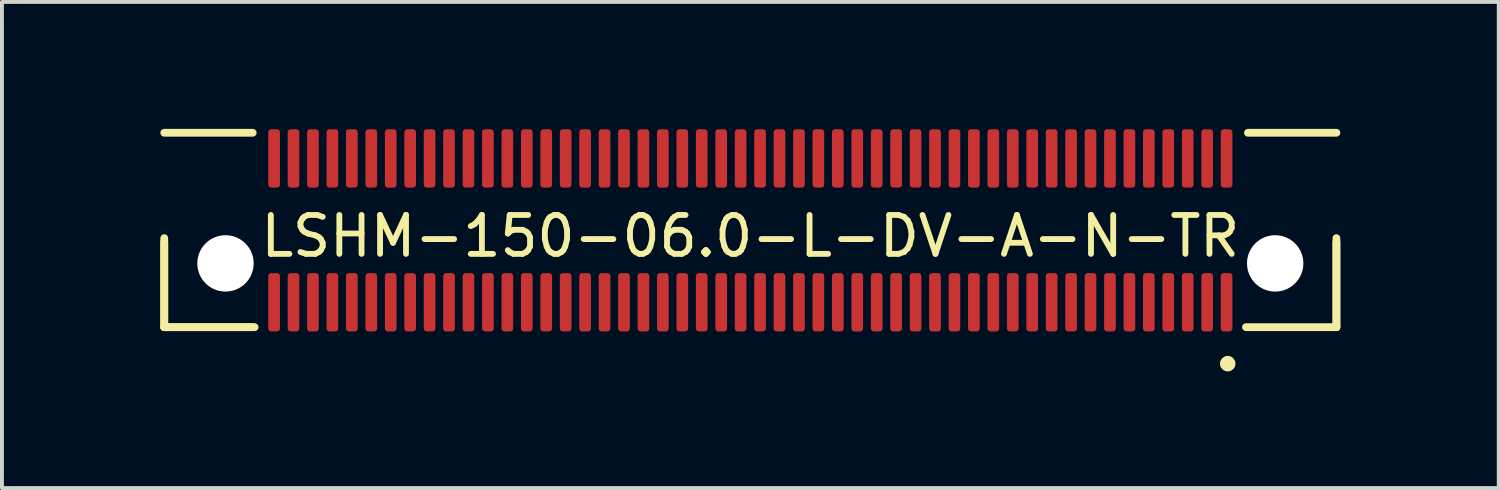
<source format=kicad_pcb>
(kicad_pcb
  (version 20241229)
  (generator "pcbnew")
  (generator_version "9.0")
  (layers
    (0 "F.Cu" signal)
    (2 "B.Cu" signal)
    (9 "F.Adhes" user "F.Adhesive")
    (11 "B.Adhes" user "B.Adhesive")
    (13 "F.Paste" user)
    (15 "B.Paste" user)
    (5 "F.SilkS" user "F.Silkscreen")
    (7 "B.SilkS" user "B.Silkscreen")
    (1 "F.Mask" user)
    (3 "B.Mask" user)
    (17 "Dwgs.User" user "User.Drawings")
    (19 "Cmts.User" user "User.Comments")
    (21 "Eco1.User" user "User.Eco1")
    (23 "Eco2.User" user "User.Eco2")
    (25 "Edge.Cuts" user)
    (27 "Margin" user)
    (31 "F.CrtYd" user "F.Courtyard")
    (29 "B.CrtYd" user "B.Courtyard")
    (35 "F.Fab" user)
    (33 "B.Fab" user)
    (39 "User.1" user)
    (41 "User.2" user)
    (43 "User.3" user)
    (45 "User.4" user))
  (footprint "LSHM-150-06.0-L-DV-A-N-TR"
    (layer "F.Cu")
    (at 16.25 3.025)
    (property "Reference" "LSHM-150-06.0-L-DV-A-N-TR" (at 0 0 0) (unlocked yes) (layer "F.SilkS") (effects (font (size 1 1) (thickness 0.15))))
    (attr smd)
    (fp_line (start -15.075 0.15) (end -15.075 2.34) (stroke (width 0.2) (type solid)) (layer "F.SilkS"))
    (fp_line (start -15.075 2.34) (end -15.075 0.05) (stroke (width 0.2) (type solid)) (layer "F.SilkS"))
    (fp_line (start -15.075 2.34) (end -12.8 2.34) (stroke (width 0.2) (type solid)) (layer "F.SilkS"))
    (fp_line (start -15.075 2.34) (end -12.75 2.34) (stroke (width 0.2) (type solid)) (layer "F.SilkS"))
    (fp_line (start -12.8 -2.66) (end -15.075 -2.66) (stroke (width 0.2) (type solid)) (layer "F.SilkS"))
    (fp_line (start 12.75 2.34) (end 15.075 2.34) (stroke (width 0.2) (type solid)) (layer "F.SilkS"))
    (fp_line (start 12.8 -2.66) (end 15.075 -2.66) (stroke (width 0.2) (type solid)) (layer "F.SilkS"))
    (fp_line (start 15.075 0.15) (end 15.075 2.34) (stroke (width 0.2) (type solid)) (layer "F.SilkS"))
    (fp_line (start 15.075 2.34) (end 15.075 0.05) (stroke (width 0.2) (type solid)) (layer "F.SilkS"))
    (fp_circle (center 12.279 3.279) (end 12.379 3.279) (stroke (width 0.2) (type solid)) (fill no) (layer "F.SilkS"))
    (fp_line (start -16.225 -3) (end -16.225 2.7) (stroke (width 0.05) (type solid)) (layer "Eco1.User"))
    (fp_line (start -16.225 2.7) (end 16.225 2.7) (stroke (width 0.05) (type solid)) (layer "Eco1.User"))
    (fp_line (start 16.225 -3) (end -16.225 -3) (stroke (width 0.05) (type solid)) (layer "Eco1.User"))
    (fp_line (start 16.225 2.7) (end 16.225 -3) (stroke (width 0.05) (type solid)) (layer "Eco1.User"))
    (fp_line (start -15.075 -2.64) (end -15.075 2.34) (stroke (width 0.1) (type solid)) (layer "Eco2.User"))
    (fp_line (start -15.075 2.34) (end 15.075 2.34) (stroke (width 0.1) (type solid)) (layer "Eco2.User"))
    (fp_line (start 15.075 -2.64) (end -15.075 -2.64) (stroke (width 0.1) (type solid)) (layer "Eco2.User"))
    (fp_line (start 15.075 2.34) (end 15.075 -2.64) (stroke (width 0.1) (type solid)) (layer "Eco2.User"))
    (fp_circle (center 12.279 3.279) (end 12.379 3.279) (stroke (width 0.2) (type solid)) (fill no) (layer "Eco2.User"))
    (pad "" np_thru_hole circle (at -13.5 0.7) (size 1.45 1.45) (drill 1.45) (layers "*.Cu" "*.Mask"))
    (pad "" np_thru_hole circle (at 13.5 0.7) (size 1.45 1.45) (drill 1.45) (layers "*.Cu" "*.Mask"))
    (pad "1" smd roundrect (at 12.25 1.7) (size 0.3 1.5) (layers "F.Cu" "F.Paste") (roundrect_rratio 0.25))
    (pad "2" smd roundrect (at 12.25 -2) (size 0.3 1.5) (layers "F.Cu" "F.Paste") (roundrect_rratio 0.25))
    (pad "3" smd roundrect (at 11.75 1.7) (size 0.3 1.5) (layers "F.Cu" "F.Paste") (roundrect_rratio 0.25))
    (pad "4" smd roundrect (at 11.75 -2) (size 0.3 1.5) (layers "F.Cu" "F.Paste") (roundrect_rratio 0.25))
    (pad "5" smd roundrect (at 11.25 1.7) (size 0.3 1.5) (layers "F.Cu" "F.Paste") (roundrect_rratio 0.25))
    (pad "6" smd roundrect (at 11.25 -2) (size 0.3 1.5) (layers "F.Cu" "F.Paste") (roundrect_rratio 0.25))
    (pad "7" smd roundrect (at 10.75 1.7) (size 0.3 1.5) (layers "F.Cu" "F.Paste") (roundrect_rratio 0.25))
    (pad "8" smd roundrect (at 10.75 -2) (size 0.3 1.5) (layers "F.Cu" "F.Paste") (roundrect_rratio 0.25))
    (pad "9" smd roundrect (at 10.25 1.7) (size 0.3 1.5) (layers "F.Cu" "F.Paste") (roundrect_rratio 0.25))
    (pad "10" smd roundrect (at 10.25 -2) (size 0.3 1.5) (layers "F.Cu" "F.Paste") (roundrect_rratio 0.25))
    (pad "11" smd roundrect (at 9.75 1.7) (size 0.3 1.5) (layers "F.Cu" "F.Paste") (roundrect_rratio 0.25))
    (pad "12" smd roundrect (at 9.75 -2) (size 0.3 1.5) (layers "F.Cu" "F.Paste") (roundrect_rratio 0.25))
    (pad "13" smd roundrect (at 9.25 1.7) (size 0.3 1.5) (layers "F.Cu" "F.Paste") (roundrect_rratio 0.25))
    (pad "14" smd roundrect (at 9.25 -2) (size 0.3 1.5) (layers "F.Cu" "F.Paste") (roundrect_rratio 0.25))
    (pad "15" smd roundrect (at 8.75 1.7) (size 0.3 1.5) (layers "F.Cu" "F.Paste") (roundrect_rratio 0.25))
    (pad "16" smd roundrect (at 8.75 -2) (size 0.3 1.5) (layers "F.Cu" "F.Paste") (roundrect_rratio 0.25))
    (pad "17" smd roundrect (at 8.25 1.7) (size 0.3 1.5) (layers "F.Cu" "F.Paste") (roundrect_rratio 0.25))
    (pad "18" smd roundrect (at 8.25 -2) (size 0.3 1.5) (layers "F.Cu" "F.Paste") (roundrect_rratio 0.25))
    (pad "19" smd roundrect (at 7.75 1.7) (size 0.3 1.5) (layers "F.Cu" "F.Paste") (roundrect_rratio 0.25))
    (pad "20" smd roundrect (at 7.75 -2) (size 0.3 1.5) (layers "F.Cu" "F.Paste") (roundrect_rratio 0.25))
    (pad "21" smd roundrect (at 7.25 1.7) (size 0.3 1.5) (layers "F.Cu" "F.Paste") (roundrect_rratio 0.25))
    (pad "22" smd roundrect (at 7.25 -2) (size 0.3 1.5) (layers "F.Cu" "F.Paste") (roundrect_rratio 0.25))
    (pad "23" smd roundrect (at 6.75 1.7) (size 0.3 1.5) (layers "F.Cu" "F.Paste") (roundrect_rratio 0.25))
    (pad "24" smd roundrect (at 6.75 -2) (size 0.3 1.5) (layers "F.Cu" "F.Paste") (roundrect_rratio 0.25))
    (pad "25" smd roundrect (at 6.25 1.7) (size 0.3 1.5) (layers "F.Cu" "F.Paste") (roundrect_rratio 0.25))
    (pad "26" smd roundrect (at 6.25 -2) (size 0.3 1.5) (layers "F.Cu" "F.Paste") (roundrect_rratio 0.25))
    (pad "27" smd roundrect (at 5.75 1.7) (size 0.3 1.5) (layers "F.Cu" "F.Paste") (roundrect_rratio 0.25))
    (pad "28" smd roundrect (at 5.75 -2) (size 0.3 1.5) (layers "F.Cu" "F.Paste") (roundrect_rratio 0.25))
    (pad "29" smd roundrect (at 5.25 1.7) (size 0.3 1.5) (layers "F.Cu" "F.Paste") (roundrect_rratio 0.25))
    (pad "30" smd roundrect (at 5.25 -2) (size 0.3 1.5) (layers "F.Cu" "F.Paste") (roundrect_rratio 0.25))
    (pad "31" smd roundrect (at 4.75 1.7) (size 0.3 1.5) (layers "F.Cu" "F.Paste") (roundrect_rratio 0.25))
    (pad "32" smd roundrect (at 4.75 -2) (size 0.3 1.5) (layers "F.Cu" "F.Paste") (roundrect_rratio 0.25))
    (pad "33" smd roundrect (at 4.25 1.7) (size 0.3 1.5) (layers "F.Cu" "F.Paste") (roundrect_rratio 0.25))
    (pad "34" smd roundrect (at 4.25 -2) (size 0.3 1.5) (layers "F.Cu" "F.Paste") (roundrect_rratio 0.25))
    (pad "35" smd roundrect (at 3.75 1.7) (size 0.3 1.5) (layers "F.Cu" "F.Paste") (roundrect_rratio 0.25))
    (pad "36" smd roundrect (at 3.75 -2) (size 0.3 1.5) (layers "F.Cu" "F.Paste") (roundrect_rratio 0.25))
    (pad "37" smd roundrect (at 3.25 1.7) (size 0.3 1.5) (layers "F.Cu" "F.Paste") (roundrect_rratio 0.25))
    (pad "38" smd roundrect (at 3.25 -2) (size 0.3 1.5) (layers "F.Cu" "F.Paste") (roundrect_rratio 0.25))
    (pad "39" smd roundrect (at 2.75 1.7) (size 0.3 1.5) (layers "F.Cu" "F.Paste") (roundrect_rratio 0.25))
    (pad "40" smd roundrect (at 2.75 -2) (size 0.3 1.5) (layers "F.Cu" "F.Paste") (roundrect_rratio 0.25))
    (pad "41" smd roundrect (at 2.25 1.7) (size 0.3 1.5) (layers "F.Cu" "F.Paste") (roundrect_rratio 0.25))
    (pad "42" smd roundrect (at 2.25 -2) (size 0.3 1.5) (layers "F.Cu" "F.Paste") (roundrect_rratio 0.25))
    (pad "43" smd roundrect (at 1.75 1.7) (size 0.3 1.5) (layers "F.Cu" "F.Paste") (roundrect_rratio 0.25))
    (pad "44" smd roundrect (at 1.75 -2) (size 0.3 1.5) (layers "F.Cu" "F.Paste") (roundrect_rratio 0.25))
    (pad "45" smd roundrect (at 1.25 1.7) (size 0.3 1.5) (layers "F.Cu" "F.Paste") (roundrect_rratio 0.25))
    (pad "46" smd roundrect (at 1.25 -2) (size 0.3 1.5) (layers "F.Cu" "F.Paste") (roundrect_rratio 0.25))
    (pad "47" smd roundrect (at 0.75 1.7) (size 0.3 1.5) (layers "F.Cu" "F.Paste") (roundrect_rratio 0.25))
    (pad "48" smd roundrect (at 0.75 -2) (size 0.3 1.5) (layers "F.Cu" "F.Paste") (roundrect_rratio 0.25))
    (pad "49" smd roundrect (at 0.25 1.7) (size 0.3 1.5) (layers "F.Cu" "F.Paste") (roundrect_rratio 0.25))
    (pad "50" smd roundrect (at 0.25 -2) (size 0.3 1.5) (layers "F.Cu" "F.Paste") (roundrect_rratio 0.25))
    (pad "51" smd roundrect (at -0.25 1.7) (size 0.3 1.5) (layers "F.Cu" "F.Paste") (roundrect_rratio 0.25))
    (pad "52" smd roundrect (at -0.25 -2) (size 0.3 1.5) (layers "F.Cu" "F.Paste") (roundrect_rratio 0.25))
    (pad "53" smd roundrect (at -0.75 1.7) (size 0.3 1.5) (layers "F.Cu" "F.Paste") (roundrect_rratio 0.25))
    (pad "54" smd roundrect (at -0.75 -2) (size 0.3 1.5) (layers "F.Cu" "F.Paste") (roundrect_rratio 0.25))
    (pad "55" smd roundrect (at -1.25 1.7) (size 0.3 1.5) (layers "F.Cu" "F.Paste") (roundrect_rratio 0.25))
    (pad "56" smd roundrect (at -1.25 -2) (size 0.3 1.5) (layers "F.Cu" "F.Paste") (roundrect_rratio 0.25))
    (pad "57" smd roundrect (at -1.75 1.7) (size 0.3 1.5) (layers "F.Cu" "F.Paste") (roundrect_rratio 0.25))
    (pad "58" smd roundrect (at -1.75 -2) (size 0.3 1.5) (layers "F.Cu" "F.Paste") (roundrect_rratio 0.25))
    (pad "59" smd roundrect (at -2.25 1.7) (size 0.3 1.5) (layers "F.Cu" "F.Paste") (roundrect_rratio 0.25))
    (pad "60" smd roundrect (at -2.25 -2) (size 0.3 1.5) (layers "F.Cu" "F.Paste") (roundrect_rratio 0.25))
    (pad "61" smd roundrect (at -2.75 1.7) (size 0.3 1.5) (layers "F.Cu" "F.Paste") (roundrect_rratio 0.25))
    (pad "62" smd roundrect (at -2.75 -2) (size 0.3 1.5) (layers "F.Cu" "F.Paste") (roundrect_rratio 0.25))
    (pad "63" smd roundrect (at -3.25 1.7) (size 0.3 1.5) (layers "F.Cu" "F.Paste") (roundrect_rratio 0.25))
    (pad "64" smd roundrect (at -3.25 -2) (size 0.3 1.5) (layers "F.Cu" "F.Paste") (roundrect_rratio 0.25))
    (pad "65" smd roundrect (at -3.75 1.7) (size 0.3 1.5) (layers "F.Cu" "F.Paste") (roundrect_rratio 0.25))
    (pad "66" smd roundrect (at -3.75 -2) (size 0.3 1.5) (layers "F.Cu" "F.Paste") (roundrect_rratio 0.25))
    (pad "67" smd roundrect (at -4.25 1.7) (size 0.3 1.5) (layers "F.Cu" "F.Paste") (roundrect_rratio 0.25))
    (pad "68" smd roundrect (at -4.25 -2) (size 0.3 1.5) (layers "F.Cu" "F.Paste") (roundrect_rratio 0.25))
    (pad "69" smd roundrect (at -4.75 1.7) (size 0.3 1.5) (layers "F.Cu" "F.Paste") (roundrect_rratio 0.25))
    (pad "70" smd roundrect (at -4.75 -2) (size 0.3 1.5) (layers "F.Cu" "F.Paste") (roundrect_rratio 0.25))
    (pad "71" smd roundrect (at -5.25 1.7) (size 0.3 1.5) (layers "F.Cu" "F.Paste") (roundrect_rratio 0.25))
    (pad "72" smd roundrect (at -5.25 -2) (size 0.3 1.5) (layers "F.Cu" "F.Paste") (roundrect_rratio 0.25))
    (pad "73" smd roundrect (at -5.75 1.7) (size 0.3 1.5) (layers "F.Cu" "F.Paste") (roundrect_rratio 0.25))
    (pad "74" smd roundrect (at -5.75 -2) (size 0.3 1.5) (layers "F.Cu" "F.Paste") (roundrect_rratio 0.25))
    (pad "75" smd roundrect (at -6.25 1.7) (size 0.3 1.5) (layers "F.Cu" "F.Paste") (roundrect_rratio 0.25))
    (pad "76" smd roundrect (at -6.25 -2) (size 0.3 1.5) (layers "F.Cu" "F.Paste") (roundrect_rratio 0.25))
    (pad "77" smd roundrect (at -6.75 1.7) (size 0.3 1.5) (layers "F.Cu" "F.Paste") (roundrect_rratio 0.25))
    (pad "78" smd roundrect (at -6.75 -2) (size 0.3 1.5) (layers "F.Cu" "F.Paste") (roundrect_rratio 0.25))
    (pad "79" smd roundrect (at -7.25 1.7) (size 0.3 1.5) (layers "F.Cu" "F.Paste") (roundrect_rratio 0.25))
    (pad "80" smd roundrect (at -7.25 -2) (size 0.3 1.5) (layers "F.Cu" "F.Paste") (roundrect_rratio 0.25))
    (pad "81" smd roundrect (at -7.75 1.7) (size 0.3 1.5) (layers "F.Cu" "F.Paste") (roundrect_rratio 0.25))
    (pad "82" smd roundrect (at -7.75 -2) (size 0.3 1.5) (layers "F.Cu" "F.Paste") (roundrect_rratio 0.25))
    (pad "83" smd roundrect (at -8.25 1.7) (size 0.3 1.5) (layers "F.Cu" "F.Paste") (roundrect_rratio 0.25))
    (pad "84" smd roundrect (at -8.25 -2) (size 0.3 1.5) (layers "F.Cu" "F.Paste") (roundrect_rratio 0.25))
    (pad "85" smd roundrect (at -8.75 1.7) (size 0.3 1.5) (layers "F.Cu" "F.Paste") (roundrect_rratio 0.25))
    (pad "86" smd roundrect (at -8.75 -2) (size 0.3 1.5) (layers "F.Cu" "F.Paste") (roundrect_rratio 0.25))
    (pad "87" smd roundrect (at -9.25 1.7) (size 0.3 1.5) (layers "F.Cu" "F.Paste") (roundrect_rratio 0.25))
    (pad "88" smd roundrect (at -9.25 -2) (size 0.3 1.5) (layers "F.Cu" "F.Paste") (roundrect_rratio 0.25))
    (pad "89" smd roundrect (at -9.75 1.7) (size 0.3 1.5) (layers "F.Cu" "F.Paste") (roundrect_rratio 0.25))
    (pad "90" smd roundrect (at -9.75 -2) (size 0.3 1.5) (layers "F.Cu" "F.Paste") (roundrect_rratio 0.25))
    (pad "91" smd roundrect (at -10.25 1.7) (size 0.3 1.5) (layers "F.Cu" "F.Paste") (roundrect_rratio 0.25))
    (pad "92" smd roundrect (at -10.25 -2) (size 0.3 1.5) (layers "F.Cu" "F.Paste") (roundrect_rratio 0.25))
    (pad "93" smd roundrect (at -10.75 1.7) (size 0.3 1.5) (layers "F.Cu" "F.Paste") (roundrect_rratio 0.25))
    (pad "94" smd roundrect (at -10.75 -2) (size 0.3 1.5) (layers "F.Cu" "F.Paste") (roundrect_rratio 0.25))
    (pad "95" smd roundrect (at -11.25 1.7) (size 0.3 1.5) (layers "F.Cu" "F.Paste") (roundrect_rratio 0.25))
    (pad "96" smd roundrect (at -11.25 -2) (size 0.3 1.5) (layers "F.Cu" "F.Paste") (roundrect_rratio 0.25))
    (pad "97" smd roundrect (at -11.75 1.7) (size 0.3 1.5) (layers "F.Cu" "F.Paste") (roundrect_rratio 0.25))
    (pad "98" smd roundrect (at -11.75 -2) (size 0.3 1.5) (layers "F.Cu" "F.Paste") (roundrect_rratio 0.25))
    (pad "99" smd roundrect (at -12.25 1.7) (size 0.3 1.5) (layers "F.Cu" "F.Paste") (roundrect_rratio 0.25))
    (pad "100" smd roundrect (at -12.25 -2) (size 0.3 1.5) (layers "F.Cu" "F.Paste") (roundrect_rratio 0.25)))
  (gr_rect
    (start -3 -3)
    (end 35.5 9.504)
    (stroke (width 0.1) (type default))
    (fill no)
    (layer "Edge.Cuts")))
</source>
